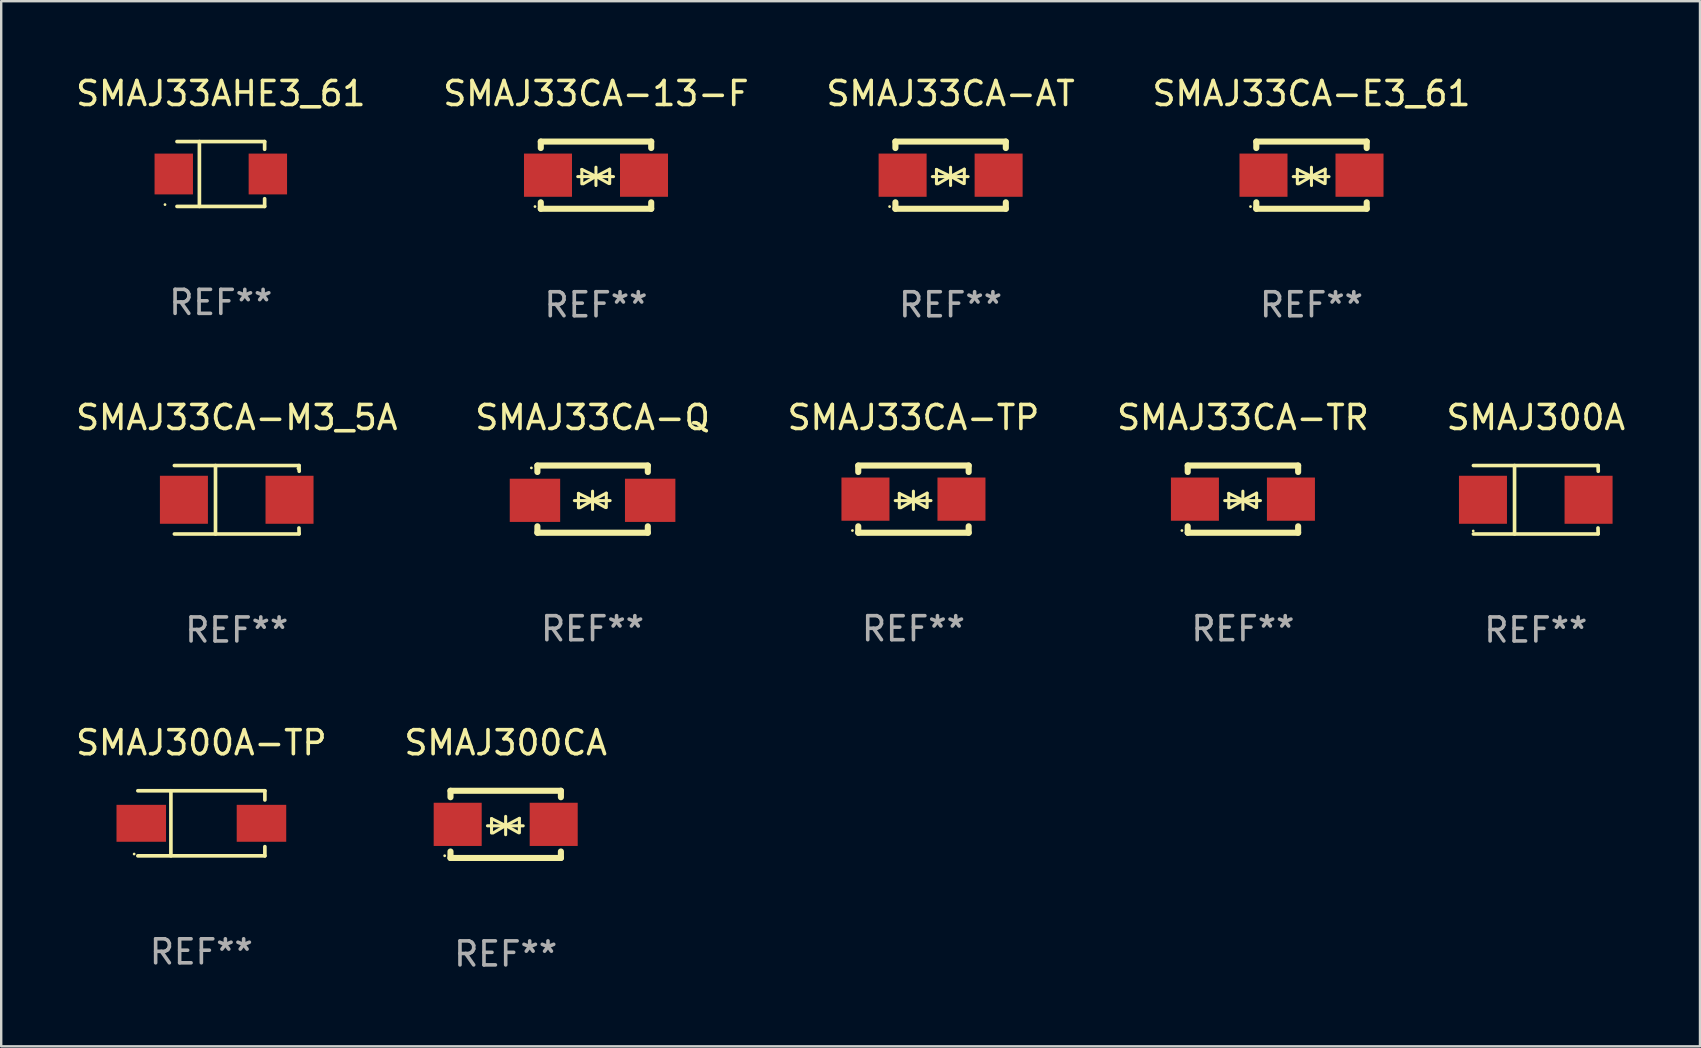
<source format=kicad_pcb>
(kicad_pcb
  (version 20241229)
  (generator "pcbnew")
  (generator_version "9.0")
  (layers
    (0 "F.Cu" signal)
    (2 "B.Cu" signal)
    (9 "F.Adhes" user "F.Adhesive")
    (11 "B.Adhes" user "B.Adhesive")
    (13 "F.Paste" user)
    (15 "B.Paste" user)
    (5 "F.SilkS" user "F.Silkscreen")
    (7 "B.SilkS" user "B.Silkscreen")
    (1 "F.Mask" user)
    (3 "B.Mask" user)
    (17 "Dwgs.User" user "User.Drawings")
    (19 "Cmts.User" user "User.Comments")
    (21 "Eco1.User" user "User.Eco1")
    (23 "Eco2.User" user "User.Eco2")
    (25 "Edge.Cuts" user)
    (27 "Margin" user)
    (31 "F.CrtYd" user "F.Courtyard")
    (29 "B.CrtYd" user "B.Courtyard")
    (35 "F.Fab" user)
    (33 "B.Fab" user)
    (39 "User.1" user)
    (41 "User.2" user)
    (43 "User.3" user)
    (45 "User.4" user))
  (footprint "SMAJ33CA-TP"
    (layer "F.Cu")
    (at 35.006 17.745)
    (property "Reference" "SMAJ33CA-TP" (at 0 -3.4 0) (layer "F.SilkS") (effects (font (size 1 1) (thickness 0.15))))
    (attr through_hole)
    (fp_line (start -2.3 -1.4) (end -2.3 -1.131) (stroke (width 0.254) (type solid)) (layer "F.SilkS"))
    (fp_line (start -2.3 -1.4) (end 2.3 -1.4) (stroke (width 0.254) (type solid)) (layer "F.SilkS"))
    (fp_line (start -2.3 1.131) (end -2.3 1.4) (stroke (width 0.254) (type solid)) (layer "F.SilkS"))
    (fp_line (start -2.3 1.4) (end 2.3 1.4) (stroke (width 0.254) (type solid)) (layer "F.SilkS"))
    (fp_line (start -0.76 0.06) (end 0.73 0.06) (stroke (width 0.127) (type solid)) (layer "F.SilkS"))
    (fp_line (start -0.59 -0.24) (end -0.59 0.36) (stroke (width 0.127) (type solid)) (layer "F.SilkS"))
    (fp_line (start -0.59 -0.24) (end -0.002 0.049) (stroke (width 0.127) (type solid)) (layer "F.SilkS"))
    (fp_line (start -0.53 0.36) (end -0.002 0.049) (stroke (width 0.127) (type solid)) (layer "F.SilkS"))
    (fp_line (start -0.002 0.049) (end -0.002 -0.332) (stroke (width 0.127) (type solid)) (layer "F.SilkS"))
    (fp_line (start -0.002 0.049) (end -0.002 0.43) (stroke (width 0.127) (type solid)) (layer "F.SilkS"))
    (fp_line (start 0.54 0.35) (end -0.002 0.049) (stroke (width 0.127) (type solid)) (layer "F.SilkS"))
    (fp_line (start 0.57 -0.25) (end -0.002 0.049) (stroke (width 0.127) (type solid)) (layer "F.SilkS"))
    (fp_line (start 0.57 -0.25) (end 0.57 0.35) (stroke (width 0.127) (type solid)) (layer "F.SilkS"))
    (fp_line (start 2.3 -1.4) (end 2.3 -1.131) (stroke (width 0.254) (type solid)) (layer "F.SilkS"))
    (fp_line (start 2.3 1.131) (end 2.3 1.4) (stroke (width 0.254) (type solid)) (layer "F.SilkS"))
    (fp_circle (center -2.542 1.308) (end -2.512 1.308) (stroke (width 0.06) (type solid)) (fill no) (layer "F.SilkS"))
    (fp_text user "REF**" (at 0 5.4 0) (layer "F.Fab") (effects (font (size 1 1) (thickness 0.15))))
    (pad "1" smd rect (at -2 0) (size 2 1.8) (layers "F.Cu" "F.Mask" "F.Paste"))
    (pad "2" smd rect (at 2 0) (size 2 1.8) (layers "F.Cu" "F.Mask" "F.Paste")))
  (footprint "SMAJ33CA-TR"
    (layer "F.Cu")
    (at 48.732 17.745)
    (property "Reference" "SMAJ33CA-TR" (at 0 -3.4 0) (layer "F.SilkS") (effects (font (size 1 1) (thickness 0.15))))
    (attr through_hole)
    (fp_line (start -2.3 -1.4) (end -2.3 -1.131) (stroke (width 0.254) (type solid)) (layer "F.SilkS"))
    (fp_line (start -2.3 -1.4) (end 2.3 -1.4) (stroke (width 0.254) (type solid)) (layer "F.SilkS"))
    (fp_line (start -2.3 1.131) (end -2.3 1.4) (stroke (width 0.254) (type solid)) (layer "F.SilkS"))
    (fp_line (start -2.3 1.4) (end 2.3 1.4) (stroke (width 0.254) (type solid)) (layer "F.SilkS"))
    (fp_line (start -0.76 0.06) (end 0.73 0.06) (stroke (width 0.127) (type solid)) (layer "F.SilkS"))
    (fp_line (start -0.59 -0.24) (end -0.59 0.36) (stroke (width 0.127) (type solid)) (layer "F.SilkS"))
    (fp_line (start -0.59 -0.24) (end -0.002 0.049) (stroke (width 0.127) (type solid)) (layer "F.SilkS"))
    (fp_line (start -0.53 0.36) (end -0.002 0.049) (stroke (width 0.127) (type solid)) (layer "F.SilkS"))
    (fp_line (start -0.002 0.049) (end -0.002 -0.332) (stroke (width 0.127) (type solid)) (layer "F.SilkS"))
    (fp_line (start -0.002 0.049) (end -0.002 0.43) (stroke (width 0.127) (type solid)) (layer "F.SilkS"))
    (fp_line (start 0.54 0.35) (end -0.002 0.049) (stroke (width 0.127) (type solid)) (layer "F.SilkS"))
    (fp_line (start 0.57 -0.25) (end -0.002 0.049) (stroke (width 0.127) (type solid)) (layer "F.SilkS"))
    (fp_line (start 0.57 -0.25) (end 0.57 0.35) (stroke (width 0.127) (type solid)) (layer "F.SilkS"))
    (fp_line (start 2.3 -1.4) (end 2.3 -1.131) (stroke (width 0.254) (type solid)) (layer "F.SilkS"))
    (fp_line (start 2.3 1.131) (end 2.3 1.4) (stroke (width 0.254) (type solid)) (layer "F.SilkS"))
    (fp_circle (center -2.542 1.308) (end -2.512 1.308) (stroke (width 0.06) (type solid)) (fill no) (layer "F.SilkS"))
    (fp_text user "REF**" (at 0 5.4 0) (layer "F.Fab") (effects (font (size 1 1) (thickness 0.15))))
    (pad "1" smd rect (at -2 0) (size 2 1.8) (layers "F.Cu" "F.Mask" "F.Paste"))
    (pad "2" smd rect (at 2 0) (size 2 1.8) (layers "F.Cu" "F.Mask" "F.Paste")))
  (footprint "SMAJ33AHE3_61"
    (layer "F.Cu")
    (at 6.149 4.199)
    (property "Reference" "SMAJ33AHE3_61" (at 0 -3.351 0) (layer "F.SilkS") (effects (font (size 1 1) (thickness 0.15))))
    (attr through_hole)
    (fp_line (start -1.826 -1.351) (end 1.826 -1.351) (stroke (width 0.152) (type solid)) (layer "F.SilkS"))
    (fp_line (start -1.826 1.351) (end 1.826 1.351) (stroke (width 0.152) (type solid)) (layer "F.SilkS"))
    (fp_line (start -0.892 -1.351) (end -0.892 1.351) (stroke (width 0.152) (type solid)) (layer "F.SilkS"))
    (fp_line (start 1.826 -1.351) (end 1.826 -1.03) (stroke (width 0.152) (type solid)) (layer "F.SilkS"))
    (fp_line (start 1.826 1.03) (end 1.826 1.351) (stroke (width 0.152) (type solid)) (layer "F.SilkS"))
    (fp_circle (center -2.325 1.275) (end -2.295 1.275) (stroke (width 0.06) (type solid)) (fill no) (layer "F.SilkS"))
    (fp_text user "REF**" (at 0 5.351 0) (layer "F.Fab") (effects (font (size 1 1) (thickness 0.15))))
    (pad "1" smd rect (at -1.96 0 180) (size 1.6 1.7) (layers "F.Cu" "F.Mask" "F.Paste"))
    (pad "2" smd rect (at 1.96 0 180) (size 1.6 1.7) (layers "F.Cu" "F.Mask" "F.Paste")))
  (footprint "SMAJ33CA-AT"
    (layer "F.Cu")
    (at 36.554 4.248)
    (property "Reference" "SMAJ33CA-AT" (at 0 -3.4 0) (layer "F.SilkS") (effects (font (size 1 1) (thickness 0.15))))
    (attr through_hole)
    (fp_line (start -2.3 -1.4) (end -2.3 -1.131) (stroke (width 0.254) (type solid)) (layer "F.SilkS"))
    (fp_line (start -2.3 -1.4) (end 2.3 -1.4) (stroke (width 0.254) (type solid)) (layer "F.SilkS"))
    (fp_line (start -2.3 1.131) (end -2.3 1.4) (stroke (width 0.254) (type solid)) (layer "F.SilkS"))
    (fp_line (start -2.3 1.4) (end 2.3 1.4) (stroke (width 0.254) (type solid)) (layer "F.SilkS"))
    (fp_line (start -0.76 0.06) (end 0.73 0.06) (stroke (width 0.127) (type solid)) (layer "F.SilkS"))
    (fp_line (start -0.59 -0.24) (end -0.59 0.36) (stroke (width 0.127) (type solid)) (layer "F.SilkS"))
    (fp_line (start -0.59 -0.24) (end -0.002 0.049) (stroke (width 0.127) (type solid)) (layer "F.SilkS"))
    (fp_line (start -0.53 0.36) (end -0.002 0.049) (stroke (width 0.127) (type solid)) (layer "F.SilkS"))
    (fp_line (start -0.002 0.049) (end -0.002 -0.332) (stroke (width 0.127) (type solid)) (layer "F.SilkS"))
    (fp_line (start -0.002 0.049) (end -0.002 0.43) (stroke (width 0.127) (type solid)) (layer "F.SilkS"))
    (fp_line (start 0.54 0.35) (end -0.002 0.049) (stroke (width 0.127) (type solid)) (layer "F.SilkS"))
    (fp_line (start 0.57 -0.25) (end -0.002 0.049) (stroke (width 0.127) (type solid)) (layer "F.SilkS"))
    (fp_line (start 0.57 -0.25) (end 0.57 0.35) (stroke (width 0.127) (type solid)) (layer "F.SilkS"))
    (fp_line (start 2.3 -1.4) (end 2.3 -1.131) (stroke (width 0.254) (type solid)) (layer "F.SilkS"))
    (fp_line (start 2.3 1.131) (end 2.3 1.4) (stroke (width 0.254) (type solid)) (layer "F.SilkS"))
    (fp_circle (center -2.542 1.308) (end -2.512 1.308) (stroke (width 0.06) (type solid)) (fill no) (layer "F.SilkS"))
    (fp_text user "REF**" (at 0 5.4 0) (layer "F.Fab") (effects (font (size 1 1) (thickness 0.15))))
    (pad "1" smd rect (at -2 0) (size 2 1.8) (layers "F.Cu" "F.Mask" "F.Paste"))
    (pad "2" smd rect (at 2 0) (size 2 1.8) (layers "F.Cu" "F.Mask" "F.Paste")))
  (footprint "SMAJ300CA"
    (layer "F.Cu")
    (at 18.018 31.294)
    (property "Reference" "SMAJ300CA" (at 0 -3.4 0) (layer "F.SilkS") (effects (font (size 1 1) (thickness 0.15))))
    (attr through_hole)
    (fp_line (start -2.3 -1.4) (end -2.3 -1.131) (stroke (width 0.254) (type solid)) (layer "F.SilkS"))
    (fp_line (start -2.3 -1.4) (end 2.3 -1.4) (stroke (width 0.254) (type solid)) (layer "F.SilkS"))
    (fp_line (start -2.3 1.131) (end -2.3 1.4) (stroke (width 0.254) (type solid)) (layer "F.SilkS"))
    (fp_line (start -2.3 1.4) (end 2.3 1.4) (stroke (width 0.254) (type solid)) (layer "F.SilkS"))
    (fp_line (start -0.76 0.06) (end 0.73 0.06) (stroke (width 0.127) (type solid)) (layer "F.SilkS"))
    (fp_line (start -0.59 -0.24) (end -0.59 0.36) (stroke (width 0.127) (type solid)) (layer "F.SilkS"))
    (fp_line (start -0.59 -0.24) (end -0.002 0.049) (stroke (width 0.127) (type solid)) (layer "F.SilkS"))
    (fp_line (start -0.53 0.36) (end -0.002 0.049) (stroke (width 0.127) (type solid)) (layer "F.SilkS"))
    (fp_line (start -0.002 0.049) (end -0.002 -0.332) (stroke (width 0.127) (type solid)) (layer "F.SilkS"))
    (fp_line (start -0.002 0.049) (end -0.002 0.43) (stroke (width 0.127) (type solid)) (layer "F.SilkS"))
    (fp_line (start 0.54 0.35) (end -0.002 0.049) (stroke (width 0.127) (type solid)) (layer "F.SilkS"))
    (fp_line (start 0.57 -0.25) (end -0.002 0.049) (stroke (width 0.127) (type solid)) (layer "F.SilkS"))
    (fp_line (start 0.57 -0.25) (end 0.57 0.35) (stroke (width 0.127) (type solid)) (layer "F.SilkS"))
    (fp_line (start 2.3 -1.4) (end 2.3 -1.131) (stroke (width 0.254) (type solid)) (layer "F.SilkS"))
    (fp_line (start 2.3 1.131) (end 2.3 1.4) (stroke (width 0.254) (type solid)) (layer "F.SilkS"))
    (fp_circle (center -2.542 1.308) (end -2.512 1.308) (stroke (width 0.06) (type solid)) (fill no) (layer "F.SilkS"))
    (fp_text user "REF**" (at 0 5.4 0) (layer "F.Fab") (effects (font (size 1 1) (thickness 0.15))))
    (pad "1" smd rect (at -2 0) (size 2 1.8) (layers "F.Cu" "F.Mask" "F.Paste"))
    (pad "2" smd rect (at 2 0) (size 2 1.8) (layers "F.Cu" "F.Mask" "F.Paste")))
  (footprint "SMAJ300A-TP"
    (layer "F.Cu")
    (at 5.339 31.25)
    (property "Reference" "SMAJ300A-TP" (at 0 -3.356 0) (layer "F.SilkS") (effects (font (size 1 1) (thickness 0.15))))
    (attr through_hole)
    (fp_line (start -2.646 -1.356) (end 2.646 -1.356) (stroke (width 0.152) (type solid)) (layer "F.SilkS"))
    (fp_line (start -2.646 1.356) (end 2.646 1.356) (stroke (width 0.152) (type solid)) (layer "F.SilkS"))
    (fp_line (start -1.269 -1.356) (end -1.269 1.356) (stroke (width 0.152) (type solid)) (layer "F.SilkS"))
    (fp_line (start 2.646 -1.356) (end 2.646 -0.973) (stroke (width 0.152) (type solid)) (layer "F.SilkS"))
    (fp_line (start 2.646 1.356) (end 2.646 0.973) (stroke (width 0.152) (type solid)) (layer "F.SilkS"))
    (fp_circle (center -2.8 1.28) (end -2.77 1.28) (stroke (width 0.06) (type solid)) (fill no) (layer "F.SilkS"))
    (fp_text user "REF**" (at 0 5.356 0) (layer "F.Fab") (effects (font (size 1 1) (thickness 0.15))))
    (pad "1" smd rect (at 2.504 0) (size 2.063 1.539) (layers "F.Cu" "F.Mask" "F.Paste"))
    (pad "2" smd rect (at -2.504 0) (size 2.063 1.539) (layers "F.Cu" "F.Mask" "F.Paste")))
  (footprint "SMAJ33CA-Q"
    (layer "F.Cu")
    (at 21.637 17.745)
    (property "Reference" "SMAJ33CA-Q" (at 0 -3.4 0) (layer "F.SilkS") (effects (font (size 1 1) (thickness 0.15))))
    (attr through_hole)
    (fp_line (start -2.298 -1.4) (end -2.298 -1.131) (stroke (width 0.254) (type solid)) (layer "F.SilkS"))
    (fp_line (start -2.298 -1.4) (end 2.302 -1.4) (stroke (width 0.254) (type solid)) (layer "F.SilkS"))
    (fp_line (start -2.298 1.131) (end -2.298 1.4) (stroke (width 0.254) (type solid)) (layer "F.SilkS"))
    (fp_line (start -2.298 1.4) (end 2.302 1.4) (stroke (width 0.254) (type solid)) (layer "F.SilkS"))
    (fp_line (start -0.758 0.06) (end 0.732 0.06) (stroke (width 0.127) (type solid)) (layer "F.SilkS"))
    (fp_line (start -0.588 -0.24) (end -0.588 0.36) (stroke (width 0.127) (type solid)) (layer "F.SilkS"))
    (fp_line (start -0.588 -0.24) (end 0.000025 0.049) (stroke (width 0.127) (type solid)) (layer "F.SilkS"))
    (fp_line (start -0.528 0.36) (end 0.000025 0.049) (stroke (width 0.127) (type solid)) (layer "F.SilkS"))
    (fp_line (start 0.000025 0.049) (end 0.000025 -0.332) (stroke (width 0.127) (type solid)) (layer "F.SilkS"))
    (fp_line (start 0.000025 0.049) (end 0.000025 0.43) (stroke (width 0.127) (type solid)) (layer "F.SilkS"))
    (fp_line (start 0.542 0.35) (end 0.000025 0.049) (stroke (width 0.127) (type solid)) (layer "F.SilkS"))
    (fp_line (start 0.572 -0.25) (end 0.000025 0.049) (stroke (width 0.127) (type solid)) (layer "F.SilkS"))
    (fp_line (start 0.572 -0.25) (end 0.572 0.35) (stroke (width 0.127) (type solid)) (layer "F.SilkS"))
    (fp_line (start 2.302 -1.4) (end 2.302 -1.131) (stroke (width 0.254) (type solid)) (layer "F.SilkS"))
    (fp_line (start 2.302 1.131) (end 2.302 1.4) (stroke (width 0.254) (type solid)) (layer "F.SilkS"))
    (fp_circle (center -2.549 -1.301) (end -2.519 -1.301) (stroke (width 0.06) (type solid)) (fill no) (layer "F.SilkS"))
    (fp_text user "REF**" (at 0 5.4 0) (layer "F.Fab") (effects (font (size 1 1) (thickness 0.15))))
    (pad "1" smd rect (at -2.4 0.049) (size 2.1 1.8) (layers "F.Cu" "F.Mask" "F.Paste"))
    (pad "2" smd rect (at 2.4 0.049) (size 2.1 1.8) (layers "F.Cu" "F.Mask" "F.Paste")))
  (footprint "SMAJ33CA-E3_61"
    (layer "F.Cu")
    (at 51.589 4.248)
    (property "Reference" "SMAJ33CA-E3_61" (at 0 -3.4 0) (layer "F.SilkS") (effects (font (size 1 1) (thickness 0.15))))
    (attr through_hole)
    (fp_line (start -2.3 -1.4) (end -2.3 -1.131) (stroke (width 0.254) (type solid)) (layer "F.SilkS"))
    (fp_line (start -2.3 -1.4) (end 2.3 -1.4) (stroke (width 0.254) (type solid)) (layer "F.SilkS"))
    (fp_line (start -2.3 1.131) (end -2.3 1.4) (stroke (width 0.254) (type solid)) (layer "F.SilkS"))
    (fp_line (start -2.3 1.4) (end 2.3 1.4) (stroke (width 0.254) (type solid)) (layer "F.SilkS"))
    (fp_line (start -0.76 0.06) (end 0.73 0.06) (stroke (width 0.127) (type solid)) (layer "F.SilkS"))
    (fp_line (start -0.59 -0.24) (end -0.59 0.36) (stroke (width 0.127) (type solid)) (layer "F.SilkS"))
    (fp_line (start -0.59 -0.24) (end -0.002 0.049) (stroke (width 0.127) (type solid)) (layer "F.SilkS"))
    (fp_line (start -0.53 0.36) (end -0.002 0.049) (stroke (width 0.127) (type solid)) (layer "F.SilkS"))
    (fp_line (start -0.002 0.049) (end -0.002 -0.332) (stroke (width 0.127) (type solid)) (layer "F.SilkS"))
    (fp_line (start -0.002 0.049) (end -0.002 0.43) (stroke (width 0.127) (type solid)) (layer "F.SilkS"))
    (fp_line (start 0.54 0.35) (end -0.002 0.049) (stroke (width 0.127) (type solid)) (layer "F.SilkS"))
    (fp_line (start 0.57 -0.25) (end -0.002 0.049) (stroke (width 0.127) (type solid)) (layer "F.SilkS"))
    (fp_line (start 0.57 -0.25) (end 0.57 0.35) (stroke (width 0.127) (type solid)) (layer "F.SilkS"))
    (fp_line (start 2.3 -1.4) (end 2.3 -1.131) (stroke (width 0.254) (type solid)) (layer "F.SilkS"))
    (fp_line (start 2.3 1.131) (end 2.3 1.4) (stroke (width 0.254) (type solid)) (layer "F.SilkS"))
    (fp_circle (center -2.542 1.308) (end -2.512 1.308) (stroke (width 0.06) (type solid)) (fill no) (layer "F.SilkS"))
    (fp_text user "REF**" (at 0 5.4 0) (layer "F.Fab") (effects (font (size 1 1) (thickness 0.15))))
    (pad "1" smd rect (at -2 0) (size 2 1.8) (layers "F.Cu" "F.Mask" "F.Paste"))
    (pad "2" smd rect (at 2 0) (size 2 1.8) (layers "F.Cu" "F.Mask" "F.Paste")))
  (footprint "SMAJ33CA-13-F"
    (layer "F.Cu")
    (at 21.78 4.248)
    (property "Reference" "SMAJ33CA-13-F" (at 0 -3.4 0) (layer "F.SilkS") (effects (font (size 1 1) (thickness 0.15))))
    (attr through_hole)
    (fp_line (start -2.3 -1.4) (end -2.3 -1.131) (stroke (width 0.254) (type solid)) (layer "F.SilkS"))
    (fp_line (start -2.3 -1.4) (end 2.3 -1.4) (stroke (width 0.254) (type solid)) (layer "F.SilkS"))
    (fp_line (start -2.3 1.131) (end -2.3 1.4) (stroke (width 0.254) (type solid)) (layer "F.SilkS"))
    (fp_line (start -2.3 1.4) (end 2.3 1.4) (stroke (width 0.254) (type solid)) (layer "F.SilkS"))
    (fp_line (start -0.76 0.06) (end 0.73 0.06) (stroke (width 0.127) (type solid)) (layer "F.SilkS"))
    (fp_line (start -0.59 -0.24) (end -0.59 0.36) (stroke (width 0.127) (type solid)) (layer "F.SilkS"))
    (fp_line (start -0.59 -0.24) (end -0.002 0.049) (stroke (width 0.127) (type solid)) (layer "F.SilkS"))
    (fp_line (start -0.53 0.36) (end -0.002 0.049) (stroke (width 0.127) (type solid)) (layer "F.SilkS"))
    (fp_line (start -0.002 0.049) (end -0.002 -0.332) (stroke (width 0.127) (type solid)) (layer "F.SilkS"))
    (fp_line (start -0.002 0.049) (end -0.002 0.43) (stroke (width 0.127) (type solid)) (layer "F.SilkS"))
    (fp_line (start 0.54 0.35) (end -0.002 0.049) (stroke (width 0.127) (type solid)) (layer "F.SilkS"))
    (fp_line (start 0.57 -0.25) (end -0.002 0.049) (stroke (width 0.127) (type solid)) (layer "F.SilkS"))
    (fp_line (start 0.57 -0.25) (end 0.57 0.35) (stroke (width 0.127) (type solid)) (layer "F.SilkS"))
    (fp_line (start 2.3 -1.4) (end 2.3 -1.131) (stroke (width 0.254) (type solid)) (layer "F.SilkS"))
    (fp_line (start 2.3 1.131) (end 2.3 1.4) (stroke (width 0.254) (type solid)) (layer "F.SilkS"))
    (fp_circle (center -2.542 1.308) (end -2.512 1.308) (stroke (width 0.06) (type solid)) (fill no) (layer "F.SilkS"))
    (fp_text user "REF**" (at 0 5.4 0) (layer "F.Fab") (effects (font (size 1 1) (thickness 0.15))))
    (pad "1" smd rect (at -2 0) (size 2 1.8) (layers "F.Cu" "F.Mask" "F.Paste"))
    (pad "2" smd rect (at 2 0) (size 2 1.8) (layers "F.Cu" "F.Mask" "F.Paste")))
  (footprint "SMAJ300A"
    (layer "F.Cu")
    (at 60.935 17.771)
    (property "Reference" "SMAJ300A" (at 0 -3.426 0) (layer "F.SilkS") (effects (font (size 1 1) (thickness 0.15))))
    (attr through_hole)
    (fp_line (start -2.6 -1.426) (end 2.593 -1.426) (stroke (width 0.152) (type solid)) (layer "F.SilkS"))
    (fp_line (start -2.6 1.426) (end 2.593 1.426) (stroke (width 0.152) (type solid)) (layer "F.SilkS"))
    (fp_line (start -0.887 -1.426) (end -0.887 1.426) (stroke (width 0.152) (type solid)) (layer "F.SilkS"))
    (fp_line (start 2.59 1.176) (end 2.597 1.415) (stroke (width 0.152) (type solid)) (layer "F.SilkS"))
    (fp_line (start 2.593 -1.426) (end 2.6 -1.187) (stroke (width 0.152) (type solid)) (layer "F.SilkS"))
    (fp_circle (center -2.608 1.3) (end -2.578 1.3) (stroke (width 0.06) (type solid)) (fill no) (layer "F.SilkS"))
    (fp_text user "REF**" (at 0 5.426 0) (layer "F.Fab") (effects (font (size 1 1) (thickness 0.15))))
    (pad "1" smd rect (at -2.203 0 180) (size 2 2) (layers "F.Cu" "F.Mask" "F.Paste"))
    (pad "2" smd rect (at 2.197 0 180) (size 2 2) (layers "F.Cu" "F.Mask" "F.Paste")))
  (footprint "SMAJ33CA-M3_5A"
    (layer "F.Cu")
    (at 6.815 17.771)
    (property "Reference" "SMAJ33CA-M3_5A" (at 0 -3.426 0) (layer "F.SilkS") (effects (font (size 1 1) (thickness 0.15))))
    (attr through_hole)
    (fp_line (start -2.6 -1.426) (end 2.593 -1.426) (stroke (width 0.152) (type solid)) (layer "F.SilkS"))
    (fp_line (start -2.6 1.426) (end 2.593 1.426) (stroke (width 0.152) (type solid)) (layer "F.SilkS"))
    (fp_line (start -0.887 -1.426) (end -0.887 1.426) (stroke (width 0.152) (type solid)) (layer "F.SilkS"))
    (fp_line (start 2.59 1.176) (end 2.597 1.415) (stroke (width 0.152) (type solid)) (layer "F.SilkS"))
    (fp_line (start 2.593 -1.426) (end 2.6 -1.187) (stroke (width 0.152) (type solid)) (layer "F.SilkS"))
    (fp_circle (center 2.547 -1.3) (end 2.577 -1.3) (stroke (width 0.06) (type solid)) (fill no) (layer "F.SilkS"))
    (fp_text user "REF**" (at 0 5.426 0) (layer "F.Fab") (effects (font (size 1 1) (thickness 0.15))))
    (pad "1" smd rect (at 2.197 -0.000025 180) (size 2 2) (layers "F.Cu" "F.Mask" "F.Paste"))
    (pad "2" smd rect (at -2.203 -0.000025 180) (size 2 2) (layers "F.Cu" "F.Mask" "F.Paste")))
  (gr_rect
    (start -3 -3)
    (end 67.774 40.542)
    (stroke (width 0.1) (type default))
    (fill no)
    (layer "Edge.Cuts")))
</source>
